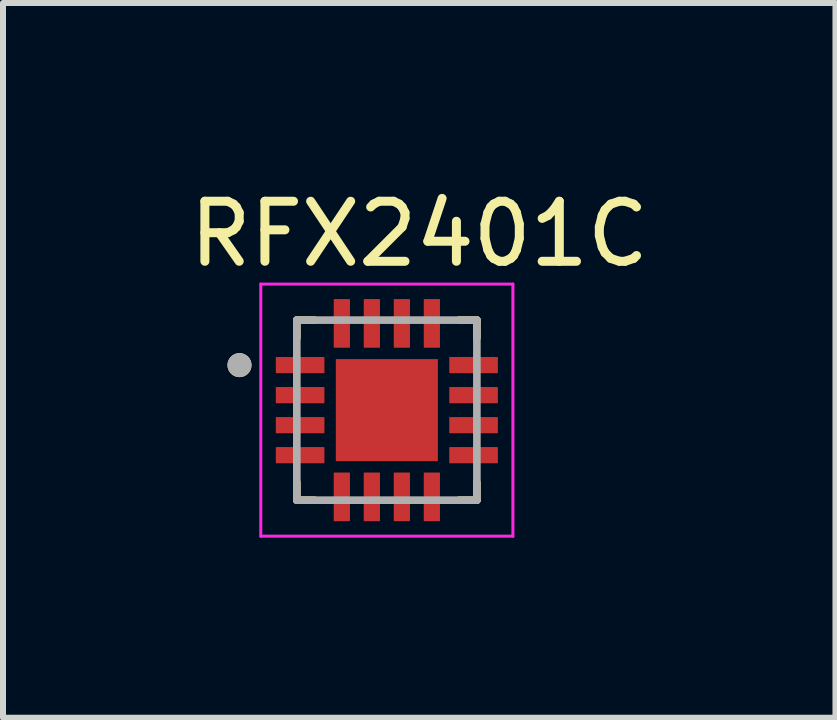
<source format=kicad_pcb>
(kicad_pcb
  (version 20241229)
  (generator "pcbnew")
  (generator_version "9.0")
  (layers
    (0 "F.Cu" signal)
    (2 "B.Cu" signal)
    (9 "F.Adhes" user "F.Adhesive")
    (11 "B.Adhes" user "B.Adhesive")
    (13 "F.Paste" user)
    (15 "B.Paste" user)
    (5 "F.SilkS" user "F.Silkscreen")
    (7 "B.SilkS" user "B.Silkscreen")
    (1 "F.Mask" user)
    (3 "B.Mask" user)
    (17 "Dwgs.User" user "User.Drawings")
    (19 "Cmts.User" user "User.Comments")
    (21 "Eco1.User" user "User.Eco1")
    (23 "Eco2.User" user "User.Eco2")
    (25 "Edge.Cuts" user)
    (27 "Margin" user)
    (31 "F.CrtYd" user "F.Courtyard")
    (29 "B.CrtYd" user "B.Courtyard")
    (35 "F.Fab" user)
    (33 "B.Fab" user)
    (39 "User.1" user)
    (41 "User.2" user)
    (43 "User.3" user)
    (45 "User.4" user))
  (footprint "RFX2401C"
    (layer "F.Cu")
    (at 3.395 3.783)
    (property "Reference" "RFX2401C" (at 0.54 -2.935 0) (layer "F.SilkS") (effects (font (size 1 1) (thickness 0.15))))
    (attr smd)
    (fp_line (start -1.5 -1.5) (end -1.5 -1.205) (stroke (width 0.127) (type solid)) (layer "F.SilkS"))
    (fp_line (start -1.5 -1.5) (end -1.205 -1.5) (stroke (width 0.127) (type solid)) (layer "F.SilkS"))
    (fp_line (start -1.5 1.5) (end -1.5 1.205) (stroke (width 0.127) (type solid)) (layer "F.SilkS"))
    (fp_line (start -1.5 1.5) (end -1.205 1.5) (stroke (width 0.127) (type solid)) (layer "F.SilkS"))
    (fp_line (start 1.5 -1.5) (end 1.205 -1.5) (stroke (width 0.127) (type solid)) (layer "F.SilkS"))
    (fp_line (start 1.5 -1.5) (end 1.5 -1.205) (stroke (width 0.127) (type solid)) (layer "F.SilkS"))
    (fp_line (start 1.5 1.5) (end 1.205 1.5) (stroke (width 0.127) (type solid)) (layer "F.SilkS"))
    (fp_line (start 1.5 1.5) (end 1.5 1.205) (stroke (width 0.127) (type solid)) (layer "F.SilkS"))
    (fp_circle (center -2.455 -0.75) (end -2.355 -0.75) (stroke (width 0.2) (type solid)) (fill no) (layer "F.SilkS"))
    (fp_poly (pts (xy -0.54 -0.54) (xy 0.54 -0.54) (xy 0.54 0.54) (xy -0.54 0.54)) (stroke (width 0.01) (type solid)) (fill yes) (layer "F.Paste"))
    (fp_line (start -2.1 -2.1) (end 2.1 -2.1) (stroke (width 0.05) (type solid)) (layer "F.CrtYd"))
    (fp_line (start -2.1 2.1) (end -2.1 -2.1) (stroke (width 0.05) (type solid)) (layer "F.CrtYd"))
    (fp_line (start -2.1 2.1) (end 2.1 2.1) (stroke (width 0.05) (type solid)) (layer "F.CrtYd"))
    (fp_line (start 2.1 2.1) (end 2.1 -2.1) (stroke (width 0.05) (type solid)) (layer "F.CrtYd"))
    (fp_line (start -1.5 1.5) (end -1.5 -1.5) (stroke (width 0.127) (type solid)) (layer "F.Fab"))
    (fp_line (start 1.5 -1.5) (end -1.5 -1.5) (stroke (width 0.127) (type solid)) (layer "F.Fab"))
    (fp_line (start 1.5 1.5) (end -1.5 1.5) (stroke (width 0.127) (type solid)) (layer "F.Fab"))
    (fp_line (start 1.5 1.5) (end 1.5 -1.5) (stroke (width 0.127) (type solid)) (layer "F.Fab"))
    (fp_circle (center -2.455 -0.75) (end -2.355 -0.75) (stroke (width 0.2) (type solid)) (fill no) (layer "F.Fab"))
    (pad "1" smd roundrect (at -1.445 -0.75) (size 0.81 0.27) (layers "F.Cu" "F.Mask" "F.Paste") (roundrect_rratio 0.03))
    (pad "2" smd roundrect (at -1.445 -0.25) (size 0.81 0.27) (layers "F.Cu" "F.Mask" "F.Paste") (roundrect_rratio 0.03))
    (pad "3" smd roundrect (at -1.445 0.25) (size 0.81 0.27) (layers "F.Cu" "F.Mask" "F.Paste") (roundrect_rratio 0.03))
    (pad "4" smd roundrect (at -1.445 0.75) (size 0.81 0.27) (layers "F.Cu" "F.Mask" "F.Paste") (roundrect_rratio 0.03))
    (pad "5" smd roundrect (at -0.75 1.445 90) (size 0.81 0.27) (layers "F.Cu" "F.Mask" "F.Paste") (roundrect_rratio 0.03))
    (pad "6" smd roundrect (at -0.25 1.445 90) (size 0.81 0.27) (layers "F.Cu" "F.Mask" "F.Paste") (roundrect_rratio 0.03))
    (pad "7" smd roundrect (at 0.25 1.445 90) (size 0.81 0.27) (layers "F.Cu" "F.Mask" "F.Paste") (roundrect_rratio 0.03))
    (pad "8" smd roundrect (at 0.75 1.445 90) (size 0.81 0.27) (layers "F.Cu" "F.Mask" "F.Paste") (roundrect_rratio 0.03))
    (pad "9" smd roundrect (at 1.445 0.75) (size 0.81 0.27) (layers "F.Cu" "F.Mask" "F.Paste") (roundrect_rratio 0.03))
    (pad "10" smd roundrect (at 1.445 0.25) (size 0.81 0.27) (layers "F.Cu" "F.Mask" "F.Paste") (roundrect_rratio 0.03))
    (pad "11" smd roundrect (at 1.445 -0.25) (size 0.81 0.27) (layers "F.Cu" "F.Mask" "F.Paste") (roundrect_rratio 0.03))
    (pad "12" smd roundrect (at 1.445 -0.75) (size 0.81 0.27) (layers "F.Cu" "F.Mask" "F.Paste") (roundrect_rratio 0.03))
    (pad "13" smd roundrect (at 0.75 -1.445 90) (size 0.81 0.27) (layers "F.Cu" "F.Mask" "F.Paste") (roundrect_rratio 0.03))
    (pad "14" smd roundrect (at 0.25 -1.445 90) (size 0.81 0.27) (layers "F.Cu" "F.Mask" "F.Paste") (roundrect_rratio 0.03))
    (pad "15" smd roundrect (at -0.25 -1.445 90) (size 0.81 0.27) (layers "F.Cu" "F.Mask" "F.Paste") (roundrect_rratio 0.03))
    (pad "16" smd roundrect (at -0.75 -1.445 90) (size 0.81 0.27) (layers "F.Cu" "F.Mask" "F.Paste") (roundrect_rratio 0.03))
    (pad "17" smd rect (at 0 0) (size 1.7 1.7) (layers "F.Cu" "F.Mask")))
  (gr_rect
    (start -3 -3)
    (end 10.869 8.908)
    (stroke (width 0.1) (type default))
    (fill no)
    (layer "Edge.Cuts")))
</source>
